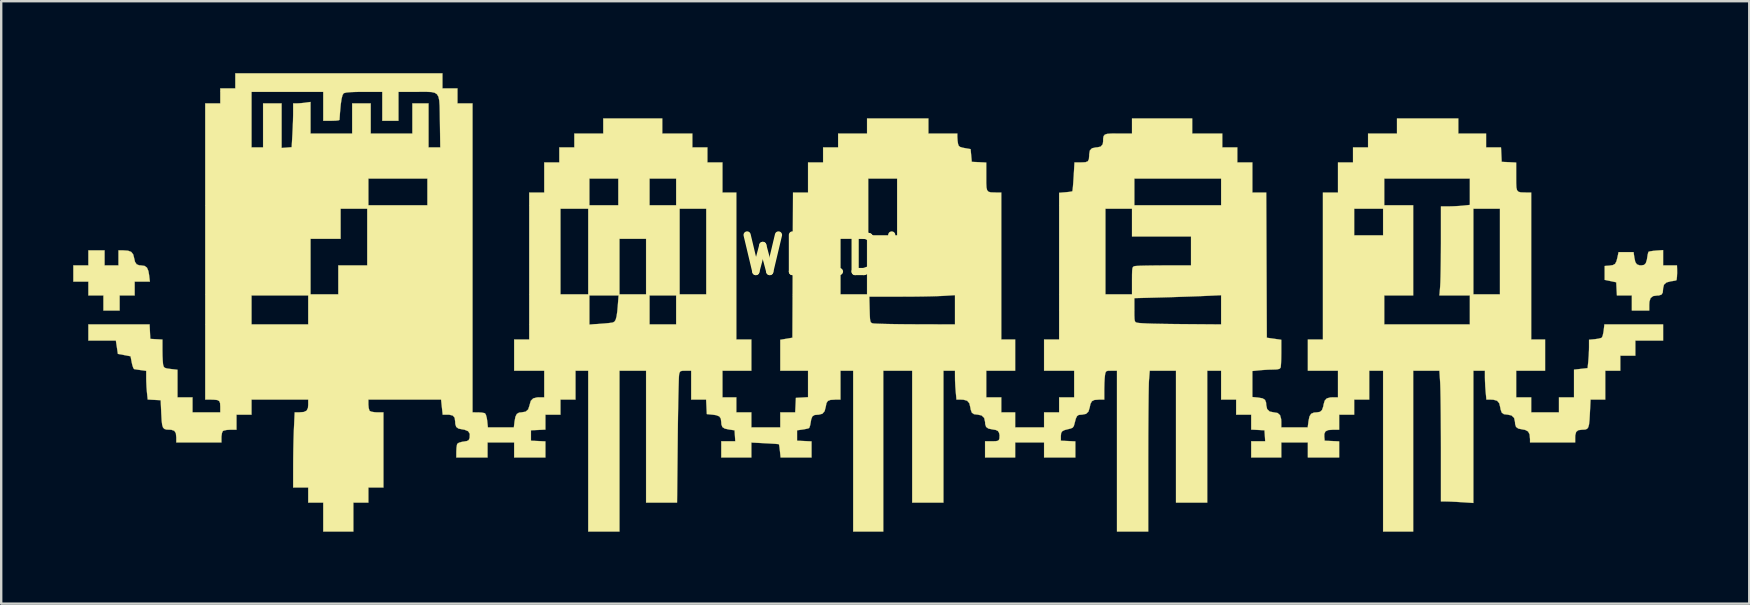
<source format=kicad_pcb>
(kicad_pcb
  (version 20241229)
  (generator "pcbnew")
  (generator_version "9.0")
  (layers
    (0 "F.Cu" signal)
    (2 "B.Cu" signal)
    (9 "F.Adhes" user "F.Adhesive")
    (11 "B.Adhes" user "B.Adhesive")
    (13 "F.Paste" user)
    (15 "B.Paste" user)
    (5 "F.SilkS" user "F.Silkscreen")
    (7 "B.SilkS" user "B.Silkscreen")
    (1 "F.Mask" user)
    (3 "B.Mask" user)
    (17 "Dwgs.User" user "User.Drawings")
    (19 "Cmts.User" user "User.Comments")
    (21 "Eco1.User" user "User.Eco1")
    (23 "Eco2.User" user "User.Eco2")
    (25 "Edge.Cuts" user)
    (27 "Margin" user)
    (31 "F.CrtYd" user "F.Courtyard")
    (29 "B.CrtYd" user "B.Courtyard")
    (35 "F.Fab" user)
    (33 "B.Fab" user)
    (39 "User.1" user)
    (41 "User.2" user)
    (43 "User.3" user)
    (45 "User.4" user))
  (footprint "WLEDlogo"
    (layer "F.Cu")
    (at 33.261 7.572)
    (property "Reference" "WLEDlogo" (at 0 0 0) (layer "F.SilkS") (effects (font (size 1.524 1.524) (thickness 0.3))))
    (attr through_hole)
    (fp_poly (pts (xy -31.955 0.434) (xy -31.376 0.434) (xy -31.376 -0.193) (xy -31.187 -0.193) (xy -30.977 -0.178) (xy -30.842 -0.126) (xy -30.764 -0.026) (xy -30.73 0.102) (xy -30.688 0.283) (xy -30.621 0.386) (xy -30.515 0.429) (xy -30.44 0.434) (xy -30.288 0.455) (xy -30.189 0.527) (xy -30.129 0.668) (xy -30.101 0.831) (xy -30.068 1.109) (xy -30.702 1.109) (xy -30.702 1.687) (xy -31.328 1.687) (xy -31.328 2.313) (xy -32.003 2.313) (xy -32.003 1.687) (xy -32.63 1.687) (xy -32.63 1.109) (xy -33.256 1.109) (xy -33.256 0.434) (xy -32.63 0.434) (xy -32.63 -0.193) (xy -31.955 -0.193) (xy -31.955 0.434)) (stroke (width 0.01) (type solid)) (fill yes) (layer "F.SilkS"))
    (fp_poly (pts (xy 32.967 0.434) (xy 33.545 0.434) (xy 33.55 0.59) (xy 33.551 0.754) (xy 33.544 0.906) (xy 33.532 1.017) (xy 33.521 1.052) (xy 33.468 1.067) (xy 33.353 1.087) (xy 33.296 1.094) (xy 33.111 1.142) (xy 33.004 1.236) (xy 32.967 1.386) (xy 32.967 1.403) (xy 32.953 1.564) (xy 32.898 1.652) (xy 32.787 1.685) (xy 32.724 1.687) (xy 32.553 1.711) (xy 32.447 1.792) (xy 32.397 1.942) (xy 32.389 2.076) (xy 32.389 2.313) (xy 31.666 2.313) (xy 31.666 1.687) (xy 31.044 1.687) (xy 31.029 1.412) (xy 31.015 1.137) (xy 30.774 1.086) (xy 30.533 1.036) (xy 30.533 0.458) (xy 30.726 0.443) (xy 30.874 0.421) (xy 30.966 0.37) (xy 31.022 0.266) (xy 31.064 0.106) (xy 31.112 -0.12) (xy 31.737 -0.12) (xy 31.771 0.116) (xy 31.809 0.291) (xy 31.874 0.388) (xy 31.982 0.429) (xy 32.057 0.433) (xy 32.174 0.413) (xy 32.247 0.339) (xy 32.292 0.194) (xy 32.306 0.104) (xy 32.328 -0.03) (xy 32.353 -0.119) (xy 32.361 -0.134) (xy 32.422 -0.152) (xy 32.548 -0.171) (xy 32.679 -0.184) (xy 32.967 -0.204) (xy 32.967 0.434)) (stroke (width 0.01) (type solid)) (fill yes) (layer "F.SilkS"))
    (fp_poly (pts (xy -17.881 -6.94) (xy -17.255 -6.94) (xy -17.255 -6.314) (xy -16.628 -6.314) (xy -16.628 6.555) (xy -16.399 6.556) (xy -16.249 6.564) (xy -16.136 6.585) (xy -16.107 6.596) (xy -16.068 6.663) (xy -16.033 6.794) (xy -16.016 6.909) (xy -15.988 7.181) (xy -14.906 7.181) (xy -14.877 6.935) (xy -14.841 6.738) (xy -14.782 6.621) (xy -14.686 6.565) (xy -14.583 6.555) (xy -14.415 6.526) (xy -14.31 6.433) (xy -14.253 6.263) (xy -14.249 6.242) (xy -14.199 6.073) (xy -14.101 5.974) (xy -13.938 5.932) (xy -13.848 5.928) (xy -13.64 5.928) (xy -13.64 4.82) (xy -14.893 4.82) (xy -14.893 3.518) (xy -14.266 3.518) (xy -14.266 1.687) (xy -11.76 1.687) (xy -11.76 2.899) (xy -11.314 2.867) (xy -11.108 2.851) (xy -10.93 2.833) (xy -10.81 2.817) (xy -10.781 2.811) (xy -10.714 2.774) (xy -10.664 2.693) (xy -10.627 2.556) (xy -10.597 2.349) (xy -10.577 2.129) (xy -10.543 1.687) (xy -9.254 1.687) (xy -9.254 2.892) (xy -8.145 2.892) (xy -8.145 1.687) (xy -9.254 1.687) (xy -10.543 1.687) (xy -11.76 1.687) (xy -14.266 1.687) (xy -14.266 -1.928) (xy -12.965 -1.928) (xy -12.965 1.639) (xy -11.808 1.639) (xy -11.808 -0.675) (xy -10.507 -0.675) (xy -10.507 1.639) (xy -9.398 1.639) (xy -9.398 -0.675) (xy -10.507 -0.675) (xy -11.808 -0.675) (xy -11.808 -1.928) (xy -8.001 -1.928) (xy -8.001 1.639) (xy -6.892 1.639) (xy -6.892 -1.928) (xy -8.001 -1.928) (xy -11.808 -1.928) (xy -12.965 -1.928) (xy -14.266 -1.928) (xy -14.266 -2.603) (xy -13.64 -2.603) (xy -13.64 -3.181) (xy -11.76 -3.181) (xy -11.76 -2.072) (xy -10.555 -2.072) (xy -10.555 -3.181) (xy -9.254 -3.181) (xy -9.254 -2.072) (xy -8.145 -2.072) (xy -8.145 -3.181) (xy -9.254 -3.181) (xy -10.555 -3.181) (xy -11.76 -3.181) (xy -13.64 -3.181) (xy -13.64 -3.856) (xy -13.013 -3.856) (xy -13.013 -4.482) (xy -12.387 -4.482) (xy -12.387 -5.061) (xy -11.182 -5.061) (xy -11.182 -5.687) (xy -8.724 -5.687) (xy -8.724 -5.061) (xy -7.471 -5.061) (xy -7.471 -4.482) (xy -6.844 -4.482) (xy -6.844 -3.856) (xy -6.217 -3.856) (xy -6.217 -2.603) (xy -5.639 -2.603) (xy -5.639 3.518) (xy -5.013 3.518) (xy -5.013 4.82) (xy -6.217 4.82) (xy -6.217 5.928) (xy -5.639 5.928) (xy -5.639 6.555) (xy -5.013 6.555) (xy -5.013 7.181) (xy -3.808 7.181) (xy -3.808 6.555) (xy -3.186 6.555) (xy -3.171 6.254) (xy -3.157 5.952) (xy -2.904 5.938) (xy -2.651 5.923) (xy -2.651 4.82) (xy -3.808 4.82) (xy -3.808 3.532) (xy -3.555 3.489) (xy -3.302 3.446) (xy -3.294 1.735) (xy -0.1 1.735) (xy -0.086 2.275) (xy -0.079 2.51) (xy -0.07 2.665) (xy -0.055 2.76) (xy -0.03 2.811) (xy 0.01 2.837) (xy 0.048 2.849) (xy 0.124 2.857) (xy 0.284 2.864) (xy 0.516 2.871) (xy 0.808 2.877) (xy 1.148 2.882) (xy 1.524 2.886) (xy 1.819 2.887) (xy 3.47 2.892) (xy 3.47 1.672) (xy 2.957 1.704) (xy 2.763 1.712) (xy 2.493 1.72) (xy 2.168 1.727) (xy 1.807 1.732) (xy 1.431 1.734) (xy 1.172 1.735) (xy -0.1 1.735) (xy -3.294 1.735) (xy -3.289 0.422) (xy -3.285 -0.675) (xy -1.301 -0.675) (xy -1.301 1.639) (xy -0.193 1.639) (xy -0.193 -0.675) (xy -1.301 -0.675) (xy -3.285 -0.675) (xy -3.277 -2.603) (xy -2.651 -2.603) (xy -2.651 -3.181) (xy -0.145 -3.181) (xy -0.145 -0.819) (xy 1.06 -0.819) (xy 1.06 -3.181) (xy -0.145 -3.181) (xy -2.651 -3.181) (xy -2.651 -3.856) (xy -2.024 -3.856) (xy -2.024 -4.482) (xy -1.398 -4.482) (xy -1.398 -5.061) (xy -0.193 -5.061) (xy -0.193 -5.687) (xy 2.362 -5.687) (xy 2.362 -5.061) (xy 3.567 -5.061) (xy 3.567 -4.922) (xy 3.577 -4.765) (xy 3.595 -4.641) (xy 3.622 -4.555) (xy 3.678 -4.504) (xy 3.789 -4.47) (xy 3.872 -4.454) (xy 4.121 -4.41) (xy 4.145 -4.145) (xy 4.169 -3.88) (xy 4.47 -3.866) (xy 4.772 -3.851) (xy 4.772 -3.257) (xy 4.772 -2.995) (xy 4.781 -2.815) (xy 4.808 -2.701) (xy 4.862 -2.638) (xy 4.953 -2.61) (xy 5.092 -2.604) (xy 5.193 -2.603) (xy 5.398 -2.603) (xy 5.398 3.518) (xy 5.976 3.518) (xy 5.976 4.82) (xy 4.772 4.82) (xy 4.772 5.928) (xy 5.398 5.928) (xy 5.398 6.555) (xy 5.976 6.555) (xy 5.976 7.181) (xy 7.181 7.181) (xy 7.181 6.555) (xy 7.808 6.555) (xy 7.808 5.928) (xy 8.435 5.928) (xy 8.435 4.82) (xy 7.181 4.82) (xy 7.181 3.518) (xy 7.808 3.518) (xy 7.808 1.797) (xy 10.941 1.797) (xy 10.941 2.295) (xy 10.942 2.519) (xy 10.948 2.665) (xy 10.962 2.75) (xy 10.989 2.794) (xy 11.031 2.814) (xy 11.049 2.819) (xy 11.135 2.832) (xy 11.275 2.843) (xy 11.473 2.853) (xy 11.739 2.862) (xy 12.077 2.869) (xy 12.495 2.875) (xy 13 2.88) (xy 13.266 2.882) (xy 14.556 2.892) (xy 14.556 1.674) (xy 13.917 1.704) (xy 13.676 1.714) (xy 13.364 1.726) (xy 13.005 1.738) (xy 12.623 1.751) (xy 12.243 1.762) (xy 12.11 1.766) (xy 10.941 1.797) (xy 7.808 1.797) (xy 7.808 -1.928) (xy 9.736 -1.928) (xy 9.736 1.639) (xy 10.844 1.639) (xy 10.844 1.066) (xy 10.845 0.823) (xy 10.85 0.66) (xy 10.861 0.559) (xy 10.882 0.503) (xy 10.916 0.476) (xy 10.953 0.464) (xy 11.031 0.456) (xy 11.19 0.448) (xy 11.415 0.442) (xy 11.691 0.438) (xy 12.003 0.435) (xy 12.182 0.434) (xy 13.302 0.434) (xy 13.302 -0.771) (xy 10.844 -0.771) (xy 10.844 -1.928) (xy 9.736 -1.928) (xy 7.808 -1.928) (xy 7.808 -2.591) (xy 8.073 -2.613) (xy 8.223 -2.628) (xy 8.328 -2.645) (xy 8.359 -2.655) (xy 8.369 -2.709) (xy 8.383 -2.839) (xy 8.398 -3.027) (xy 8.408 -3.181) (xy 10.941 -3.181) (xy 10.941 -2.072) (xy 14.556 -2.072) (xy 14.556 -3.181) (xy 10.941 -3.181) (xy 8.408 -3.181) (xy 8.413 -3.253) (xy 8.414 -3.266) (xy 8.448 -3.856) (xy 8.725 -3.856) (xy 8.901 -3.864) (xy 9.001 -3.901) (xy 9.048 -3.988) (xy 9.061 -4.146) (xy 9.061 -4.195) (xy 9.088 -4.353) (xy 9.177 -4.446) (xy 9.338 -4.481) (xy 9.386 -4.482) (xy 9.539 -4.515) (xy 9.623 -4.613) (xy 9.64 -4.721) (xy 9.643 -4.859) (xy 9.662 -4.954) (xy 9.711 -5.013) (xy 9.806 -5.045) (xy 9.962 -5.058) (xy 10.196 -5.061) (xy 10.272 -5.061) (xy 10.844 -5.061) (xy 10.844 -5.687) (xy 13.351 -5.687) (xy 13.351 -5.061) (xy 14.604 -5.061) (xy 14.604 -4.482) (xy 15.23 -4.482) (xy 15.23 -3.856) (xy 15.857 -3.856) (xy 15.857 -2.603) (xy 16.435 -2.603) (xy 16.447 0.422) (xy 16.459 3.446) (xy 16.761 3.489) (xy 17.062 3.532) (xy 17.062 4.075) (xy 17.059 4.301) (xy 17.053 4.496) (xy 17.043 4.636) (xy 17.033 4.695) (xy 16.987 4.742) (xy 16.882 4.766) (xy 16.726 4.772) (xy 16.513 4.777) (xy 16.274 4.792) (xy 16.153 4.803) (xy 15.857 4.833) (xy 15.857 5.916) (xy 16.103 5.94) (xy 16.281 5.971) (xy 16.383 6.033) (xy 16.428 6.144) (xy 16.435 6.25) (xy 16.472 6.418) (xy 16.58 6.521) (xy 16.749 6.555) (xy 16.91 6.582) (xy 17.01 6.671) (xy 17.056 6.832) (xy 17.062 6.944) (xy 17.062 7.181) (xy 18.163 7.181) (xy 18.197 6.915) (xy 18.236 6.726) (xy 18.305 6.615) (xy 18.422 6.564) (xy 18.547 6.555) (xy 18.674 6.534) (xy 18.757 6.46) (xy 18.809 6.314) (xy 18.825 6.225) (xy 18.871 6.067) (xy 18.957 5.974) (xy 19.104 5.934) (xy 19.228 5.928) (xy 19.424 5.928) (xy 19.424 4.82) (xy 18.17 4.82) (xy 18.17 3.518) (xy 18.797 3.518) (xy 18.797 -1.928) (xy 20.098 -1.928) (xy 20.098 -0.819) (xy 21.303 -0.819) (xy 21.303 -1.928) (xy 20.098 -1.928) (xy 18.797 -1.928) (xy 18.797 -2.603) (xy 19.424 -2.603) (xy 19.424 -3.181) (xy 21.351 -3.181) (xy 21.351 -2.072) (xy 22.556 -2.072) (xy 22.556 1.687) (xy 21.351 1.687) (xy 21.351 2.892) (xy 24.918 2.892) (xy 24.918 1.687) (xy 23.651 1.687) (xy 23.682 1.289) (xy 23.69 1.138) (xy 23.697 0.907) (xy 23.703 0.612) (xy 23.708 0.269) (xy 23.711 -0.104) (xy 23.713 -0.491) (xy 23.713 -0.566) (xy 23.713 -1.928) (xy 25.063 -1.928) (xy 25.063 1.639) (xy 26.171 1.639) (xy 26.171 -1.928) (xy 25.063 -1.928) (xy 23.713 -1.928) (xy 23.713 -2.024) (xy 24.019 -2.024) (xy 24.248 -2.03) (xy 24.495 -2.044) (xy 24.622 -2.055) (xy 24.918 -2.086) (xy 24.918 -3.181) (xy 21.351 -3.181) (xy 19.424 -3.181) (xy 19.424 -3.856) (xy 20.05 -3.856) (xy 20.05 -4.482) (xy 20.677 -4.482) (xy 20.677 -5.061) (xy 21.882 -5.061) (xy 21.882 -5.687) (xy 24.436 -5.687) (xy 24.436 -5.061) (xy 25.593 -5.061) (xy 25.593 -4.482) (xy 26.215 -4.482) (xy 26.229 -4.181) (xy 26.243 -3.88) (xy 26.545 -3.866) (xy 26.846 -3.851) (xy 26.846 -3.257) (xy 26.847 -2.995) (xy 26.855 -2.815) (xy 26.882 -2.701) (xy 26.936 -2.638) (xy 27.028 -2.61) (xy 27.166 -2.604) (xy 27.268 -2.603) (xy 27.472 -2.603) (xy 27.472 3.518) (xy 28.051 3.518) (xy 28.051 4.82) (xy 26.846 4.82) (xy 26.846 5.928) (xy 27.472 5.928) (xy 27.472 6.555) (xy 28.629 6.555) (xy 28.629 5.928) (xy 29.256 5.928) (xy 29.256 4.776) (xy 29.539 4.744) (xy 29.822 4.712) (xy 29.852 4.422) (xy 29.869 4.199) (xy 29.88 3.953) (xy 29.882 3.831) (xy 29.882 3.531) (xy 30.126 3.507) (xy 30.276 3.485) (xy 30.386 3.455) (xy 30.417 3.437) (xy 30.449 3.365) (xy 30.479 3.233) (xy 30.493 3.141) (xy 30.522 2.892) (xy 32.967 2.892) (xy 32.967 3.567) (xy 31.81 3.567) (xy 31.81 4.193) (xy 31.184 4.193) (xy 31.184 4.82) (xy 30.557 4.82) (xy 30.557 6.025) (xy 29.945 6.025) (xy 29.916 6.611) (xy 29.901 6.876) (xy 29.881 7.059) (xy 29.85 7.175) (xy 29.801 7.241) (xy 29.725 7.27) (xy 29.616 7.277) (xy 29.591 7.277) (xy 29.434 7.298) (xy 29.345 7.371) (xy 29.307 7.511) (xy 29.304 7.601) (xy 29.304 7.808) (xy 27.424 7.808) (xy 27.424 7.667) (xy 27.406 7.472) (xy 27.342 7.351) (xy 27.219 7.285) (xy 27.109 7.266) (xy 26.937 7.231) (xy 26.842 7.163) (xy 26.803 7.043) (xy 26.798 6.956) (xy 26.761 6.787) (xy 26.652 6.684) (xy 26.493 6.65) (xy 26.337 6.632) (xy 26.246 6.567) (xy 26.198 6.434) (xy 26.186 6.357) (xy 26.142 6.177) (xy 26.054 6.073) (xy 25.903 6.029) (xy 25.807 6.025) (xy 25.607 6.025) (xy 25.576 5.699) (xy 25.559 5.476) (xy 25.548 5.24) (xy 25.545 5.097) (xy 25.545 4.82) (xy 25.063 4.82) (xy 25.063 10.329) (xy 24.593 10.298) (xy 24.362 10.284) (xy 24.144 10.273) (xy 23.972 10.267) (xy 23.918 10.266) (xy 23.713 10.266) (xy 23.713 8.056) (xy 23.712 7.582) (xy 23.71 7.12) (xy 23.707 6.681) (xy 23.703 6.28) (xy 23.698 5.929) (xy 23.692 5.64) (xy 23.686 5.427) (xy 23.682 5.333) (xy 23.65 4.82) (xy 22.556 4.82) (xy 22.556 11.519) (xy 21.303 11.519) (xy 21.303 4.82) (xy 20.725 4.82) (xy 20.725 6.025) (xy 20.098 6.025) (xy 20.098 6.651) (xy 19.472 6.651) (xy 19.472 7.278) (xy 19.213 7.278) (xy 19.018 7.293) (xy 18.904 7.347) (xy 18.855 7.45) (xy 18.854 7.576) (xy 18.869 7.736) (xy 19.17 7.75) (xy 19.472 7.764) (xy 19.472 8.435) (xy 18.17 8.435) (xy 18.17 7.808) (xy 17.062 7.808) (xy 17.062 8.435) (xy 15.809 8.435) (xy 15.809 7.76) (xy 16.392 7.76) (xy 16.378 7.531) (xy 16.363 7.302) (xy 16.086 7.287) (xy 15.809 7.273) (xy 15.809 6.651) (xy 15.182 6.651) (xy 15.182 6.025) (xy 14.556 6.025) (xy 14.556 4.82) (xy 13.977 4.82) (xy 13.977 10.314) (xy 12.676 10.314) (xy 12.676 4.82) (xy 11.582 4.82) (xy 11.551 5.217) (xy 11.545 5.337) (xy 11.54 5.544) (xy 11.535 5.827) (xy 11.531 6.177) (xy 11.527 6.585) (xy 11.524 7.039) (xy 11.521 7.532) (xy 11.52 8.052) (xy 11.519 8.567) (xy 11.519 11.519) (xy 10.218 11.519) (xy 10.218 4.82) (xy 9.983 4.82) (xy 9.842 4.823) (xy 9.769 4.846) (xy 9.736 4.909) (xy 9.719 5) (xy 9.705 5.134) (xy 9.694 5.327) (xy 9.689 5.545) (xy 9.688 5.603) (xy 9.688 6.025) (xy 9.453 6.025) (xy 9.28 6.038) (xy 9.174 6.091) (xy 9.113 6.203) (xy 9.081 6.354) (xy 9.029 6.524) (xy 8.929 6.618) (xy 8.763 6.651) (xy 8.73 6.651) (xy 8.623 6.663) (xy 8.553 6.713) (xy 8.502 6.82) (xy 8.458 6.989) (xy 8.421 7.124) (xy 8.37 7.195) (xy 8.275 7.233) (xy 8.217 7.246) (xy 8.04 7.291) (xy 7.939 7.341) (xy 7.892 7.416) (xy 7.88 7.535) (xy 7.88 7.548) (xy 7.88 7.736) (xy 8.181 7.75) (xy 8.483 7.764) (xy 8.483 8.435) (xy 7.181 8.435) (xy 7.181 7.808) (xy 5.976 7.808) (xy 5.976 8.435) (xy 4.723 8.435) (xy 4.723 7.76) (xy 5.007 7.76) (xy 5.168 7.756) (xy 5.257 7.739) (xy 5.301 7.699) (xy 5.321 7.643) (xy 5.327 7.504) (xy 5.306 7.408) (xy 5.257 7.331) (xy 5.168 7.288) (xy 5.034 7.266) (xy 4.863 7.231) (xy 4.767 7.163) (xy 4.728 7.043) (xy 4.724 6.956) (xy 4.686 6.787) (xy 4.578 6.684) (xy 4.419 6.65) (xy 4.263 6.632) (xy 4.171 6.567) (xy 4.123 6.434) (xy 4.112 6.357) (xy 4.068 6.177) (xy 3.979 6.073) (xy 3.829 6.029) (xy 3.733 6.025) (xy 3.532 6.025) (xy 3.502 5.699) (xy 3.485 5.476) (xy 3.473 5.24) (xy 3.471 5.097) (xy 3.47 4.82) (xy 2.988 4.82) (xy 2.988 10.314) (xy 1.687 10.314) (xy 1.687 4.82) (xy 0.482 4.82) (xy 0.482 11.519) (xy -0.771 11.519) (xy -0.771 4.82) (xy -1.301 4.82) (xy -1.301 6.025) (xy -1.53 6.025) (xy -1.714 6.036) (xy -1.824 6.079) (xy -1.884 6.17) (xy -1.913 6.319) (xy -1.961 6.506) (xy -2.054 6.613) (xy -2.202 6.651) (xy -2.222 6.651) (xy -2.378 6.665) (xy -2.469 6.722) (xy -2.518 6.841) (xy -2.536 6.946) (xy -2.562 7.089) (xy -2.595 7.188) (xy -2.611 7.211) (xy -2.683 7.234) (xy -2.812 7.26) (xy -2.882 7.271) (xy -3.109 7.303) (xy -3.109 7.736) (xy -2.807 7.75) (xy -2.506 7.764) (xy -2.506 8.435) (xy -3.794 8.435) (xy -3.822 8.164) (xy -3.84 8.015) (xy -3.856 7.912) (xy -3.865 7.882) (xy -3.916 7.875) (xy -4.044 7.864) (xy -4.229 7.853) (xy -4.446 7.841) (xy -5.013 7.812) (xy -5.013 8.435) (xy -6.266 8.435) (xy -6.266 7.76) (xy -5.682 7.76) (xy -5.697 7.531) (xy -5.711 7.303) (xy -5.948 7.269) (xy -6.121 7.231) (xy -6.219 7.167) (xy -6.26 7.057) (xy -6.266 6.965) (xy -6.285 6.815) (xy -6.35 6.723) (xy -6.48 6.672) (xy -6.612 6.653) (xy -6.868 6.627) (xy -6.882 6.326) (xy -6.897 6.025) (xy -7.519 6.025) (xy -7.519 4.82) (xy -7.754 4.82) (xy -7.896 4.824) (xy -7.97 4.847) (xy -8.006 4.907) (xy -8.022 4.976) (xy -8.029 5.054) (xy -8.036 5.218) (xy -8.043 5.459) (xy -8.051 5.768) (xy -8.059 6.136) (xy -8.066 6.552) (xy -8.073 7.007) (xy -8.079 7.493) (xy -8.081 7.724) (xy -8.108 10.314) (xy -9.398 10.314) (xy -9.398 4.82) (xy -10.507 4.82) (xy -10.507 11.519) (xy -11.808 11.519) (xy -11.808 4.82) (xy -12.339 4.82) (xy -12.339 6.025) (xy -12.965 6.025) (xy -12.965 6.651) (xy -13.592 6.651) (xy -13.592 7.273) (xy -13.893 7.288) (xy -14.194 7.302) (xy -14.194 7.736) (xy -13.893 7.75) (xy -13.592 7.764) (xy -13.592 8.435) (xy -14.893 8.435) (xy -14.893 7.808) (xy -16.002 7.808) (xy -16.002 8.435) (xy -17.303 8.435) (xy -17.302 8.181) (xy -17.294 8.025) (xy -17.275 7.903) (xy -17.26 7.863) (xy -17.19 7.818) (xy -17.062 7.782) (xy -16.998 7.773) (xy -16.859 7.75) (xy -16.787 7.71) (xy -16.753 7.633) (xy -16.748 7.612) (xy -16.742 7.449) (xy -16.811 7.34) (xy -16.961 7.278) (xy -17.042 7.265) (xy -17.212 7.231) (xy -17.306 7.163) (xy -17.345 7.04) (xy -17.35 6.938) (xy -17.372 6.78) (xy -17.446 6.691) (xy -17.587 6.654) (xy -17.668 6.651) (xy -17.87 6.651) (xy -17.904 6.338) (xy -17.937 6.025) (xy -20.966 6.025) (xy -20.966 6.232) (xy -20.953 6.374) (xy -20.921 6.478) (xy -20.908 6.497) (xy -20.829 6.53) (xy -20.692 6.551) (xy -20.595 6.555) (xy -20.339 6.555) (xy -20.339 9.688) (xy -20.966 9.688) (xy -20.966 10.314) (xy -21.592 10.314) (xy -21.592 11.519) (xy -22.846 11.519) (xy -22.846 10.314) (xy -23.472 10.314) (xy -23.472 9.688) (xy -24.099 9.688) (xy -24.098 8.808) (xy -24.096 8.46) (xy -24.091 8.082) (xy -24.083 7.711) (xy -24.073 7.382) (xy -24.067 7.242) (xy -24.035 6.555) (xy -23.847 6.555) (xy -23.654 6.539) (xy -23.539 6.483) (xy -23.483 6.372) (xy -23.472 6.24) (xy -23.472 6.025) (xy -25.834 6.025) (xy -25.834 6.651) (xy -26.46 6.651) (xy -26.46 7.278) (xy -26.716 7.278) (xy -26.871 7.288) (xy -26.99 7.315) (xy -27.029 7.336) (xy -27.065 7.417) (xy -27.085 7.551) (xy -27.087 7.601) (xy -27.087 7.808) (xy -28.967 7.808) (xy -28.967 7.601) (xy -28.985 7.425) (xy -29.049 7.324) (xy -29.173 7.281) (xy -29.253 7.277) (xy -29.377 7.272) (xy -29.463 7.246) (xy -29.52 7.187) (xy -29.555 7.077) (xy -29.576 6.902) (xy -29.59 6.648) (xy -29.592 6.618) (xy -29.617 6.049) (xy -29.888 6.035) (xy -30.158 6.02) (xy -30.189 5.726) (xy -30.207 5.502) (xy -30.218 5.255) (xy -30.22 5.129) (xy -30.22 4.826) (xy -30.449 4.795) (xy -30.594 4.774) (xy -30.7 4.757) (xy -30.726 4.752) (xy -30.76 4.702) (xy -30.799 4.585) (xy -30.823 4.479) (xy -30.872 4.219) (xy -31.136 4.169) (xy -31.401 4.119) (xy -31.442 3.843) (xy -31.484 3.567) (xy -32.63 3.567) (xy -32.63 2.892) (xy -30.08 2.892) (xy -30.065 3.193) (xy -30.051 3.494) (xy -29.545 3.523) (xy -29.545 3.973) (xy -29.542 4.19) (xy -29.533 4.386) (xy -29.521 4.531) (xy -29.516 4.569) (xy -29.492 4.651) (xy -29.448 4.699) (xy -29.356 4.727) (xy -29.202 4.748) (xy -28.918 4.781) (xy -28.918 5.928) (xy -28.292 5.928) (xy -28.292 6.555) (xy -27.135 6.555) (xy -27.135 6.319) (xy -27.143 6.173) (xy -27.179 6.085) (xy -27.262 6.041) (xy -27.413 6.026) (xy -27.525 6.025) (xy -27.762 6.025) (xy -27.762 1.687) (xy -25.834 1.687) (xy -25.834 2.892) (xy -23.472 2.892) (xy -23.472 1.687) (xy -25.834 1.687) (xy -27.762 1.687) (xy -27.762 -0.675) (xy -23.376 -0.675) (xy -23.376 1.639) (xy -22.219 1.639) (xy -22.219 0.434) (xy -21.014 0.434) (xy -21.014 -1.928) (xy -22.123 -1.928) (xy -22.123 -0.675) (xy -23.376 -0.675) (xy -27.762 -0.675) (xy -27.762 -3.181) (xy -20.966 -3.181) (xy -20.966 -2.072) (xy -18.508 -2.072) (xy -18.508 -3.181) (xy -20.966 -3.181) (xy -27.762 -3.181) (xy -27.762 -6.314) (xy -27.135 -6.314) (xy -27.135 -6.796) (xy -25.834 -6.796) (xy -25.834 -4.482) (xy -25.352 -4.482) (xy -25.352 -6.314) (xy -24.581 -6.314) (xy -24.581 -4.458) (xy -24.371 -4.474) (xy -24.161 -4.491) (xy -24.13 -5.029) (xy -24.117 -5.297) (xy -24.106 -5.577) (xy -24.1 -5.827) (xy -24.099 -5.94) (xy -24.099 -6.314) (xy -23.961 -6.314) (xy -23.826 -6.321) (xy -23.655 -6.337) (xy -23.599 -6.345) (xy -23.376 -6.375) (xy -23.376 -5.061) (xy -21.641 -5.061) (xy -21.641 -6.314) (xy -20.869 -6.314) (xy -20.869 -5.061) (xy -19.134 -5.061) (xy -19.134 -6.314) (xy -18.46 -6.314) (xy -18.46 -4.482) (xy -17.971 -4.482) (xy -17.986 -5.538) (xy -17.991 -5.919) (xy -17.997 -6.214) (xy -18.013 -6.435) (xy -18.047 -6.592) (xy -18.108 -6.696) (xy -18.203 -6.758) (xy -18.342 -6.788) (xy -18.531 -6.797) (xy -18.78 -6.797) (xy -18.949 -6.796) (xy -19.713 -6.796) (xy -19.713 -5.591) (xy -20.387 -5.591) (xy -20.387 -6.796) (xy -21.149 -6.796) (xy -21.476 -6.793) (xy -21.715 -6.784) (xy -21.878 -6.769) (xy -21.974 -6.745) (xy -21.997 -6.733) (xy -22.043 -6.658) (xy -22.083 -6.503) (xy -22.118 -6.263) (xy -22.148 -5.934) (xy -22.169 -5.627) (xy -22.214 -5.609) (xy -22.331 -5.596) (xy -22.495 -5.591) (xy -22.508 -5.591) (xy -22.846 -5.591) (xy -22.846 -6.796) (xy -25.834 -6.796) (xy -27.135 -6.796) (xy -27.135 -6.94) (xy -26.509 -6.94) (xy -26.509 -7.567) (xy -17.881 -7.567) (xy -17.881 -6.94)) (stroke (width 0.01) (type solid)) (fill yes) (layer "F.SilkS")))
  (gr_rect
    (start -3 -3)
    (end 69.817 22.096)
    (stroke (width 0.1) (type default))
    (fill no)
    (layer "Edge.Cuts")))
</source>
